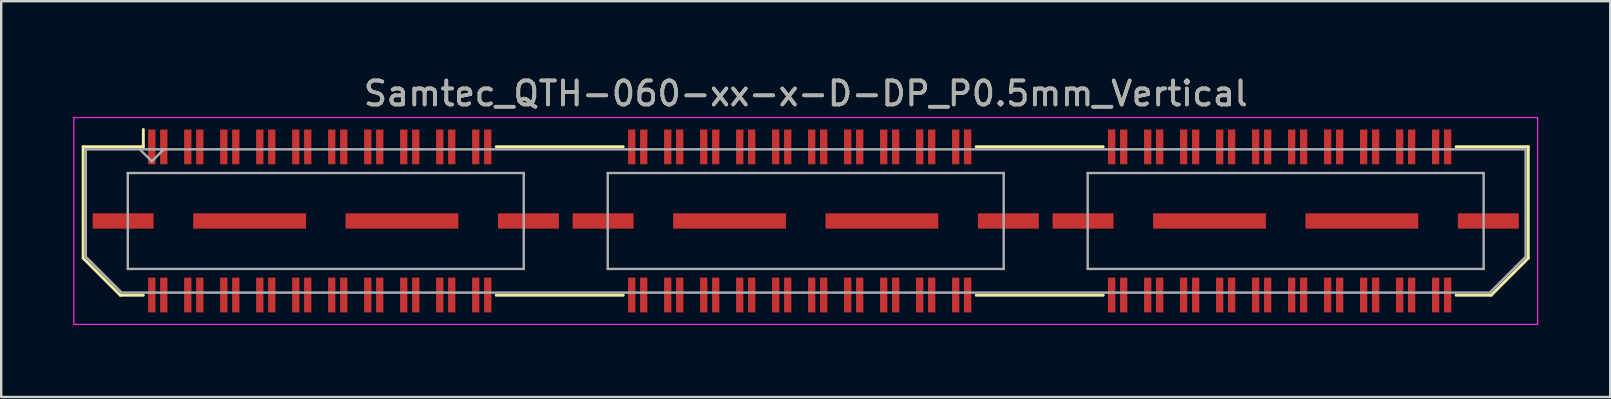
<source format=kicad_pcb>
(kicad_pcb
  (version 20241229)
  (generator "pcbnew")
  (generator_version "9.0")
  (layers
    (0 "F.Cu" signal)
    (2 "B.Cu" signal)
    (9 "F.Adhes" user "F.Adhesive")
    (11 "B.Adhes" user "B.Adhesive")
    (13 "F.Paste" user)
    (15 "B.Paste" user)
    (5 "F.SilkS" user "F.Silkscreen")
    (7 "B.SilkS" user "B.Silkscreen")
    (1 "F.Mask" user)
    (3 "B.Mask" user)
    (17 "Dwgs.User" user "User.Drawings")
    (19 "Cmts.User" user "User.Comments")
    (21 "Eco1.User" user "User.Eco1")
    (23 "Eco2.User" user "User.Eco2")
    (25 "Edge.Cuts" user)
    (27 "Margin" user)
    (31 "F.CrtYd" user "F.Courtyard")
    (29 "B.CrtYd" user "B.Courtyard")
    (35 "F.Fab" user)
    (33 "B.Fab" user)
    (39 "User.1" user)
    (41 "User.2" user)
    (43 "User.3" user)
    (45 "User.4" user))
  (footprint "Samtec_QTH-060-xx-x-D-DP_P0.5mm_Vertical"
    (layer "F.Cu")
    (at 30.525 6.158)
    (property "Reference" "Samtec_QTH-060-xx-x-D-DP_P0.5mm_Vertical" (at 0 -5.31 0) (layer "F.SilkS") (effects (font (size 1 1) (thickness 0.15))))
    (attr smd)
    (fp_line (start -30.11 -3.095) (end -30.11 1.548) (stroke (width 0.12) (type solid)) (layer "F.SilkS"))
    (fp_line (start -30.11 1.548) (end -28.562 3.095) (stroke (width 0.12) (type solid)) (layer "F.SilkS"))
    (fp_line (start -28.562 3.095) (end -27.602 3.095) (stroke (width 0.12) (type solid)) (layer "F.SilkS"))
    (fp_line (start -27.602 -3.811) (end -27.602 -3.095) (stroke (width 0.12) (type solid)) (layer "F.SilkS"))
    (fp_line (start -27.602 -3.095) (end -30.11 -3.095) (stroke (width 0.12) (type solid)) (layer "F.SilkS"))
    (fp_line (start -12.898 -3.095) (end -7.603 -3.095) (stroke (width 0.12) (type solid)) (layer "F.SilkS"))
    (fp_line (start -12.898 3.095) (end -7.603 3.095) (stroke (width 0.12) (type solid)) (layer "F.SilkS"))
    (fp_line (start 7.103 -3.095) (end 12.398 -3.095) (stroke (width 0.12) (type solid)) (layer "F.SilkS"))
    (fp_line (start 7.103 3.095) (end 12.398 3.095) (stroke (width 0.12) (type solid)) (layer "F.SilkS"))
    (fp_line (start 27.102 -3.095) (end 30.11 -3.095) (stroke (width 0.12) (type solid)) (layer "F.SilkS"))
    (fp_line (start 28.562 3.095) (end 27.102 3.095) (stroke (width 0.12) (type solid)) (layer "F.SilkS"))
    (fp_line (start 30.11 -3.095) (end 30.11 1.548) (stroke (width 0.12) (type solid)) (layer "F.SilkS"))
    (fp_line (start 30.11 1.548) (end 28.562 3.095) (stroke (width 0.12) (type solid)) (layer "F.SilkS"))
    (fp_line (start -30.5 -4.31) (end -30.5 4.31) (stroke (width 0.05) (type solid)) (layer "F.CrtYd"))
    (fp_line (start -30.5 4.31) (end 30.5 4.31) (stroke (width 0.05) (type solid)) (layer "F.CrtYd"))
    (fp_line (start 30.5 -4.31) (end -30.5 -4.31) (stroke (width 0.05) (type solid)) (layer "F.CrtYd"))
    (fp_line (start 30.5 4.31) (end 30.5 -4.31) (stroke (width 0.05) (type solid)) (layer "F.CrtYd"))
    (fp_line (start -30 -2.985) (end -30 1.492) (stroke (width 0.1) (type solid)) (layer "F.Fab"))
    (fp_line (start -30 -2.985) (end 30 -2.985) (stroke (width 0.1) (type solid)) (layer "F.Fab"))
    (fp_line (start -30 1.492) (end -28.508 2.985) (stroke (width 0.1) (type solid)) (layer "F.Fab"))
    (fp_line (start -28.508 2.985) (end 28.508 2.985) (stroke (width 0.1) (type solid)) (layer "F.Fab"))
    (fp_line (start -28.25 -2) (end -28.25 2) (stroke (width 0.1) (type solid)) (layer "F.Fab"))
    (fp_line (start -28.25 2) (end -11.75 2) (stroke (width 0.1) (type solid)) (layer "F.Fab"))
    (fp_line (start -27.25 -2.485) (end -27.75 -2.985) (stroke (width 0.1) (type solid)) (layer "F.Fab"))
    (fp_line (start -26.75 -2.985) (end -27.25 -2.485) (stroke (width 0.1) (type solid)) (layer "F.Fab"))
    (fp_line (start -11.75 -2) (end -28.25 -2) (stroke (width 0.1) (type solid)) (layer "F.Fab"))
    (fp_line (start -11.75 2) (end -11.75 -2) (stroke (width 0.1) (type solid)) (layer "F.Fab"))
    (fp_line (start -8.25 -2) (end -8.25 2) (stroke (width 0.1) (type solid)) (layer "F.Fab"))
    (fp_line (start -8.25 2) (end 8.25 2) (stroke (width 0.1) (type solid)) (layer "F.Fab"))
    (fp_line (start 8.25 -2) (end -8.25 -2) (stroke (width 0.1) (type solid)) (layer "F.Fab"))
    (fp_line (start 8.25 2) (end 8.25 -2) (stroke (width 0.1) (type solid)) (layer "F.Fab"))
    (fp_line (start 11.75 -2) (end 11.75 2) (stroke (width 0.1) (type solid)) (layer "F.Fab"))
    (fp_line (start 11.75 2) (end 28.25 2) (stroke (width 0.1) (type solid)) (layer "F.Fab"))
    (fp_line (start 28.25 -2) (end 11.75 -2) (stroke (width 0.1) (type solid)) (layer "F.Fab"))
    (fp_line (start 28.25 2) (end 28.25 -2) (stroke (width 0.1) (type solid)) (layer "F.Fab"))
    (fp_line (start 30 -2.985) (end 30 1.492) (stroke (width 0.1) (type solid)) (layer "F.Fab"))
    (fp_line (start 30 1.492) (end 28.508 2.985) (stroke (width 0.1) (type solid)) (layer "F.Fab"))
    (fp_text user "${REFERENCE}" (at 0 -5.31 0) (layer "F.Fab") (effects (font (size 1 1) (thickness 0.15))))
    (pad "1" smd rect (at -27.25 -3.086) (size 0.305 1.45) (layers "F.Cu" "F.Mask" "F.Paste"))
    (pad "2" smd rect (at -27.25 3.086) (size 0.305 1.45) (layers "F.Cu" "F.Mask" "F.Paste"))
    (pad "3" smd rect (at -26.75 -3.086) (size 0.305 1.45) (layers "F.Cu" "F.Mask" "F.Paste"))
    (pad "4" smd rect (at -26.75 3.086) (size 0.305 1.45) (layers "F.Cu" "F.Mask" "F.Paste"))
    (pad "5" smd rect (at -25.75 -3.086) (size 0.305 1.45) (layers "F.Cu" "F.Mask" "F.Paste"))
    (pad "6" smd rect (at -25.75 3.086) (size 0.305 1.45) (layers "F.Cu" "F.Mask" "F.Paste"))
    (pad "7" smd rect (at -25.25 -3.086) (size 0.305 1.45) (layers "F.Cu" "F.Mask" "F.Paste"))
    (pad "8" smd rect (at -25.25 3.086) (size 0.305 1.45) (layers "F.Cu" "F.Mask" "F.Paste"))
    (pad "9" smd rect (at -24.25 -3.086) (size 0.305 1.45) (layers "F.Cu" "F.Mask" "F.Paste"))
    (pad "10" smd rect (at -24.25 3.086) (size 0.305 1.45) (layers "F.Cu" "F.Mask" "F.Paste"))
    (pad "11" smd rect (at -23.75 -3.086) (size 0.305 1.45) (layers "F.Cu" "F.Mask" "F.Paste"))
    (pad "12" smd rect (at -23.75 3.086) (size 0.305 1.45) (layers "F.Cu" "F.Mask" "F.Paste"))
    (pad "13" smd rect (at -22.75 -3.086) (size 0.305 1.45) (layers "F.Cu" "F.Mask" "F.Paste"))
    (pad "14" smd rect (at -22.75 3.086) (size 0.305 1.45) (layers "F.Cu" "F.Mask" "F.Paste"))
    (pad "15" smd rect (at -22.25 -3.086) (size 0.305 1.45) (layers "F.Cu" "F.Mask" "F.Paste"))
    (pad "16" smd rect (at -22.25 3.086) (size 0.305 1.45) (layers "F.Cu" "F.Mask" "F.Paste"))
    (pad "17" smd rect (at -21.25 -3.086) (size 0.305 1.45) (layers "F.Cu" "F.Mask" "F.Paste"))
    (pad "18" smd rect (at -21.25 3.086) (size 0.305 1.45) (layers "F.Cu" "F.Mask" "F.Paste"))
    (pad "19" smd rect (at -20.75 -3.086) (size 0.305 1.45) (layers "F.Cu" "F.Mask" "F.Paste"))
    (pad "20" smd rect (at -20.75 3.086) (size 0.305 1.45) (layers "F.Cu" "F.Mask" "F.Paste"))
    (pad "21" smd rect (at -19.75 -3.086) (size 0.305 1.45) (layers "F.Cu" "F.Mask" "F.Paste"))
    (pad "22" smd rect (at -19.75 3.086) (size 0.305 1.45) (layers "F.Cu" "F.Mask" "F.Paste"))
    (pad "23" smd rect (at -19.25 -3.086) (size 0.305 1.45) (layers "F.Cu" "F.Mask" "F.Paste"))
    (pad "24" smd rect (at -19.25 3.086) (size 0.305 1.45) (layers "F.Cu" "F.Mask" "F.Paste"))
    (pad "25" smd rect (at -18.25 -3.086) (size 0.305 1.45) (layers "F.Cu" "F.Mask" "F.Paste"))
    (pad "26" smd rect (at -18.25 3.086) (size 0.305 1.45) (layers "F.Cu" "F.Mask" "F.Paste"))
    (pad "27" smd rect (at -17.75 -3.086) (size 0.305 1.45) (layers "F.Cu" "F.Mask" "F.Paste"))
    (pad "28" smd rect (at -17.75 3.086) (size 0.305 1.45) (layers "F.Cu" "F.Mask" "F.Paste"))
    (pad "29" smd rect (at -16.75 -3.086) (size 0.305 1.45) (layers "F.Cu" "F.Mask" "F.Paste"))
    (pad "30" smd rect (at -16.75 3.086) (size 0.305 1.45) (layers "F.Cu" "F.Mask" "F.Paste"))
    (pad "31" smd rect (at -16.25 -3.086) (size 0.305 1.45) (layers "F.Cu" "F.Mask" "F.Paste"))
    (pad "32" smd rect (at -16.25 3.086) (size 0.305 1.45) (layers "F.Cu" "F.Mask" "F.Paste"))
    (pad "33" smd rect (at -15.25 -3.086) (size 0.305 1.45) (layers "F.Cu" "F.Mask" "F.Paste"))
    (pad "34" smd rect (at -15.25 3.086) (size 0.305 1.45) (layers "F.Cu" "F.Mask" "F.Paste"))
    (pad "35" smd rect (at -14.75 -3.086) (size 0.305 1.45) (layers "F.Cu" "F.Mask" "F.Paste"))
    (pad "36" smd rect (at -14.75 3.086) (size 0.305 1.45) (layers "F.Cu" "F.Mask" "F.Paste"))
    (pad "37" smd rect (at -13.75 -3.086) (size 0.305 1.45) (layers "F.Cu" "F.Mask" "F.Paste"))
    (pad "38" smd rect (at -13.75 3.086) (size 0.305 1.45) (layers "F.Cu" "F.Mask" "F.Paste"))
    (pad "39" smd rect (at -13.25 -3.086) (size 0.305 1.45) (layers "F.Cu" "F.Mask" "F.Paste"))
    (pad "40" smd rect (at -13.25 3.086) (size 0.305 1.45) (layers "F.Cu" "F.Mask" "F.Paste"))
    (pad "41" smd rect (at -7.25 -3.086) (size 0.305 1.45) (layers "F.Cu" "F.Mask" "F.Paste"))
    (pad "42" smd rect (at -7.25 3.086) (size 0.305 1.45) (layers "F.Cu" "F.Mask" "F.Paste"))
    (pad "43" smd rect (at -6.75 -3.086) (size 0.305 1.45) (layers "F.Cu" "F.Mask" "F.Paste"))
    (pad "44" smd rect (at -6.75 3.086) (size 0.305 1.45) (layers "F.Cu" "F.Mask" "F.Paste"))
    (pad "45" smd rect (at -5.75 -3.086) (size 0.305 1.45) (layers "F.Cu" "F.Mask" "F.Paste"))
    (pad "46" smd rect (at -5.75 3.086) (size 0.305 1.45) (layers "F.Cu" "F.Mask" "F.Paste"))
    (pad "47" smd rect (at -5.25 -3.086) (size 0.305 1.45) (layers "F.Cu" "F.Mask" "F.Paste"))
    (pad "48" smd rect (at -5.25 3.086) (size 0.305 1.45) (layers "F.Cu" "F.Mask" "F.Paste"))
    (pad "49" smd rect (at -4.25 -3.086) (size 0.305 1.45) (layers "F.Cu" "F.Mask" "F.Paste"))
    (pad "50" smd rect (at -4.25 3.086) (size 0.305 1.45) (layers "F.Cu" "F.Mask" "F.Paste"))
    (pad "51" smd rect (at -3.75 -3.086) (size 0.305 1.45) (layers "F.Cu" "F.Mask" "F.Paste"))
    (pad "52" smd rect (at -3.75 3.086) (size 0.305 1.45) (layers "F.Cu" "F.Mask" "F.Paste"))
    (pad "53" smd rect (at -2.75 -3.086) (size 0.305 1.45) (layers "F.Cu" "F.Mask" "F.Paste"))
    (pad "54" smd rect (at -2.75 3.086) (size 0.305 1.45) (layers "F.Cu" "F.Mask" "F.Paste"))
    (pad "55" smd rect (at -2.25 -3.086) (size 0.305 1.45) (layers "F.Cu" "F.Mask" "F.Paste"))
    (pad "56" smd rect (at -2.25 3.086) (size 0.305 1.45) (layers "F.Cu" "F.Mask" "F.Paste"))
    (pad "57" smd rect (at -1.25 -3.086) (size 0.305 1.45) (layers "F.Cu" "F.Mask" "F.Paste"))
    (pad "58" smd rect (at -1.25 3.086) (size 0.305 1.45) (layers "F.Cu" "F.Mask" "F.Paste"))
    (pad "59" smd rect (at -0.75 -3.086) (size 0.305 1.45) (layers "F.Cu" "F.Mask" "F.Paste"))
    (pad "60" smd rect (at -0.75 3.086) (size 0.305 1.45) (layers "F.Cu" "F.Mask" "F.Paste"))
    (pad "61" smd rect (at 0.25 -3.086) (size 0.305 1.45) (layers "F.Cu" "F.Mask" "F.Paste"))
    (pad "62" smd rect (at 0.25 3.086) (size 0.305 1.45) (layers "F.Cu" "F.Mask" "F.Paste"))
    (pad "63" smd rect (at 0.75 -3.086) (size 0.305 1.45) (layers "F.Cu" "F.Mask" "F.Paste"))
    (pad "64" smd rect (at 0.75 3.086) (size 0.305 1.45) (layers "F.Cu" "F.Mask" "F.Paste"))
    (pad "65" smd rect (at 1.75 -3.086) (size 0.305 1.45) (layers "F.Cu" "F.Mask" "F.Paste"))
    (pad "66" smd rect (at 1.75 3.086) (size 0.305 1.45) (layers "F.Cu" "F.Mask" "F.Paste"))
    (pad "67" smd rect (at 2.25 -3.086) (size 0.305 1.45) (layers "F.Cu" "F.Mask" "F.Paste"))
    (pad "68" smd rect (at 2.25 3.086) (size 0.305 1.45) (layers "F.Cu" "F.Mask" "F.Paste"))
    (pad "69" smd rect (at 3.25 -3.086) (size 0.305 1.45) (layers "F.Cu" "F.Mask" "F.Paste"))
    (pad "70" smd rect (at 3.25 3.086) (size 0.305 1.45) (layers "F.Cu" "F.Mask" "F.Paste"))
    (pad "71" smd rect (at 3.75 -3.086) (size 0.305 1.45) (layers "F.Cu" "F.Mask" "F.Paste"))
    (pad "72" smd rect (at 3.75 3.086) (size 0.305 1.45) (layers "F.Cu" "F.Mask" "F.Paste"))
    (pad "73" smd rect (at 4.75 -3.086) (size 0.305 1.45) (layers "F.Cu" "F.Mask" "F.Paste"))
    (pad "74" smd rect (at 4.75 3.086) (size 0.305 1.45) (layers "F.Cu" "F.Mask" "F.Paste"))
    (pad "75" smd rect (at 5.25 -3.086) (size 0.305 1.45) (layers "F.Cu" "F.Mask" "F.Paste"))
    (pad "76" smd rect (at 5.25 3.086) (size 0.305 1.45) (layers "F.Cu" "F.Mask" "F.Paste"))
    (pad "77" smd rect (at 6.25 -3.086) (size 0.305 1.45) (layers "F.Cu" "F.Mask" "F.Paste"))
    (pad "78" smd rect (at 6.25 3.086) (size 0.305 1.45) (layers "F.Cu" "F.Mask" "F.Paste"))
    (pad "79" smd rect (at 6.75 -3.086) (size 0.305 1.45) (layers "F.Cu" "F.Mask" "F.Paste"))
    (pad "80" smd rect (at 6.75 3.086) (size 0.305 1.45) (layers "F.Cu" "F.Mask" "F.Paste"))
    (pad "81" smd rect (at 12.75 -3.086) (size 0.305 1.45) (layers "F.Cu" "F.Mask" "F.Paste"))
    (pad "82" smd rect (at 12.75 3.086) (size 0.305 1.45) (layers "F.Cu" "F.Mask" "F.Paste"))
    (pad "83" smd rect (at 13.25 -3.086) (size 0.305 1.45) (layers "F.Cu" "F.Mask" "F.Paste"))
    (pad "84" smd rect (at 13.25 3.086) (size 0.305 1.45) (layers "F.Cu" "F.Mask" "F.Paste"))
    (pad "85" smd rect (at 14.25 -3.086) (size 0.305 1.45) (layers "F.Cu" "F.Mask" "F.Paste"))
    (pad "86" smd rect (at 14.25 3.086) (size 0.305 1.45) (layers "F.Cu" "F.Mask" "F.Paste"))
    (pad "87" smd rect (at 14.75 -3.086) (size 0.305 1.45) (layers "F.Cu" "F.Mask" "F.Paste"))
    (pad "88" smd rect (at 14.75 3.086) (size 0.305 1.45) (layers "F.Cu" "F.Mask" "F.Paste"))
    (pad "89" smd rect (at 15.75 -3.086) (size 0.305 1.45) (layers "F.Cu" "F.Mask" "F.Paste"))
    (pad "90" smd rect (at 15.75 3.086) (size 0.305 1.45) (layers "F.Cu" "F.Mask" "F.Paste"))
    (pad "91" smd rect (at 16.25 -3.086) (size 0.305 1.45) (layers "F.Cu" "F.Mask" "F.Paste"))
    (pad "92" smd rect (at 16.25 3.086) (size 0.305 1.45) (layers "F.Cu" "F.Mask" "F.Paste"))
    (pad "93" smd rect (at 17.25 -3.086) (size 0.305 1.45) (layers "F.Cu" "F.Mask" "F.Paste"))
    (pad "94" smd rect (at 17.25 3.086) (size 0.305 1.45) (layers "F.Cu" "F.Mask" "F.Paste"))
    (pad "95" smd rect (at 17.75 -3.086) (size 0.305 1.45) (layers "F.Cu" "F.Mask" "F.Paste"))
    (pad "96" smd rect (at 17.75 3.086) (size 0.305 1.45) (layers "F.Cu" "F.Mask" "F.Paste"))
    (pad "97" smd rect (at 18.75 -3.086) (size 0.305 1.45) (layers "F.Cu" "F.Mask" "F.Paste"))
    (pad "98" smd rect (at 18.75 3.086) (size 0.305 1.45) (layers "F.Cu" "F.Mask" "F.Paste"))
    (pad "99" smd rect (at 19.25 -3.086) (size 0.305 1.45) (layers "F.Cu" "F.Mask" "F.Paste"))
    (pad "100" smd rect (at 19.25 3.086) (size 0.305 1.45) (layers "F.Cu" "F.Mask" "F.Paste"))
    (pad "101" smd rect (at 20.25 -3.086) (size 0.305 1.45) (layers "F.Cu" "F.Mask" "F.Paste"))
    (pad "102" smd rect (at 20.25 3.086) (size 0.305 1.45) (layers "F.Cu" "F.Mask" "F.Paste"))
    (pad "103" smd rect (at 20.75 -3.086) (size 0.305 1.45) (layers "F.Cu" "F.Mask" "F.Paste"))
    (pad "104" smd rect (at 20.75 3.086) (size 0.305 1.45) (layers "F.Cu" "F.Mask" "F.Paste"))
    (pad "105" smd rect (at 21.75 -3.086) (size 0.305 1.45) (layers "F.Cu" "F.Mask" "F.Paste"))
    (pad "106" smd rect (at 21.75 3.086) (size 0.305 1.45) (layers "F.Cu" "F.Mask" "F.Paste"))
    (pad "107" smd rect (at 22.25 -3.086) (size 0.305 1.45) (layers "F.Cu" "F.Mask" "F.Paste"))
    (pad "108" smd rect (at 22.25 3.086) (size 0.305 1.45) (layers "F.Cu" "F.Mask" "F.Paste"))
    (pad "109" smd rect (at 23.25 -3.086) (size 0.305 1.45) (layers "F.Cu" "F.Mask" "F.Paste"))
    (pad "110" smd rect (at 23.25 3.086) (size 0.305 1.45) (layers "F.Cu" "F.Mask" "F.Paste"))
    (pad "111" smd rect (at 23.75 -3.086) (size 0.305 1.45) (layers "F.Cu" "F.Mask" "F.Paste"))
    (pad "112" smd rect (at 23.75 3.086) (size 0.305 1.45) (layers "F.Cu" "F.Mask" "F.Paste"))
    (pad "113" smd rect (at 24.75 -3.086) (size 0.305 1.45) (layers "F.Cu" "F.Mask" "F.Paste"))
    (pad "114" smd rect (at 24.75 3.086) (size 0.305 1.45) (layers "F.Cu" "F.Mask" "F.Paste"))
    (pad "115" smd rect (at 25.25 -3.086) (size 0.305 1.45) (layers "F.Cu" "F.Mask" "F.Paste"))
    (pad "116" smd rect (at 25.25 3.086) (size 0.305 1.45) (layers "F.Cu" "F.Mask" "F.Paste"))
    (pad "117" smd rect (at 26.25 -3.086) (size 0.305 1.45) (layers "F.Cu" "F.Mask" "F.Paste"))
    (pad "118" smd rect (at 26.25 3.086) (size 0.305 1.45) (layers "F.Cu" "F.Mask" "F.Paste"))
    (pad "119" smd rect (at 26.75 -3.086) (size 0.305 1.45) (layers "F.Cu" "F.Mask" "F.Paste"))
    (pad "120" smd rect (at 26.75 3.086) (size 0.305 1.45) (layers "F.Cu" "F.Mask" "F.Paste"))
    (pad "121" smd rect (at -28.445 0) (size 2.54 0.64) (layers "F.Cu" "F.Mask" "F.Paste"))
    (pad "122" smd rect (at -23.175 0) (size 4.7 0.64) (layers "F.Cu" "F.Mask" "F.Paste"))
    (pad "123" smd rect (at -16.825 0) (size 4.7 0.64) (layers "F.Cu" "F.Mask" "F.Paste"))
    (pad "124" smd rect (at -11.555 0) (size 2.54 0.64) (layers "F.Cu" "F.Mask" "F.Paste"))
    (pad "125" smd rect (at -8.445 0) (size 2.54 0.64) (layers "F.Cu" "F.Mask" "F.Paste"))
    (pad "126" smd rect (at -3.175 0) (size 4.7 0.64) (layers "F.Cu" "F.Mask" "F.Paste"))
    (pad "127" smd rect (at 3.175 0) (size 4.7 0.64) (layers "F.Cu" "F.Mask" "F.Paste"))
    (pad "128" smd rect (at 8.445 0) (size 2.54 0.64) (layers "F.Cu" "F.Mask" "F.Paste"))
    (pad "129" smd rect (at 11.555 0) (size 2.54 0.64) (layers "F.Cu" "F.Mask" "F.Paste"))
    (pad "130" smd rect (at 16.825 0) (size 4.7 0.64) (layers "F.Cu" "F.Mask" "F.Paste"))
    (pad "131" smd rect (at 23.175 0) (size 4.7 0.64) (layers "F.Cu" "F.Mask" "F.Paste"))
    (pad "132" smd rect (at 28.445 0) (size 2.54 0.64) (layers "F.Cu" "F.Mask" "F.Paste")))
  (gr_rect
    (start -3 -3)
    (end 64.05 13.493)
    (stroke (width 0.1) (type default))
    (fill no)
    (layer "Edge.Cuts")))
</source>
